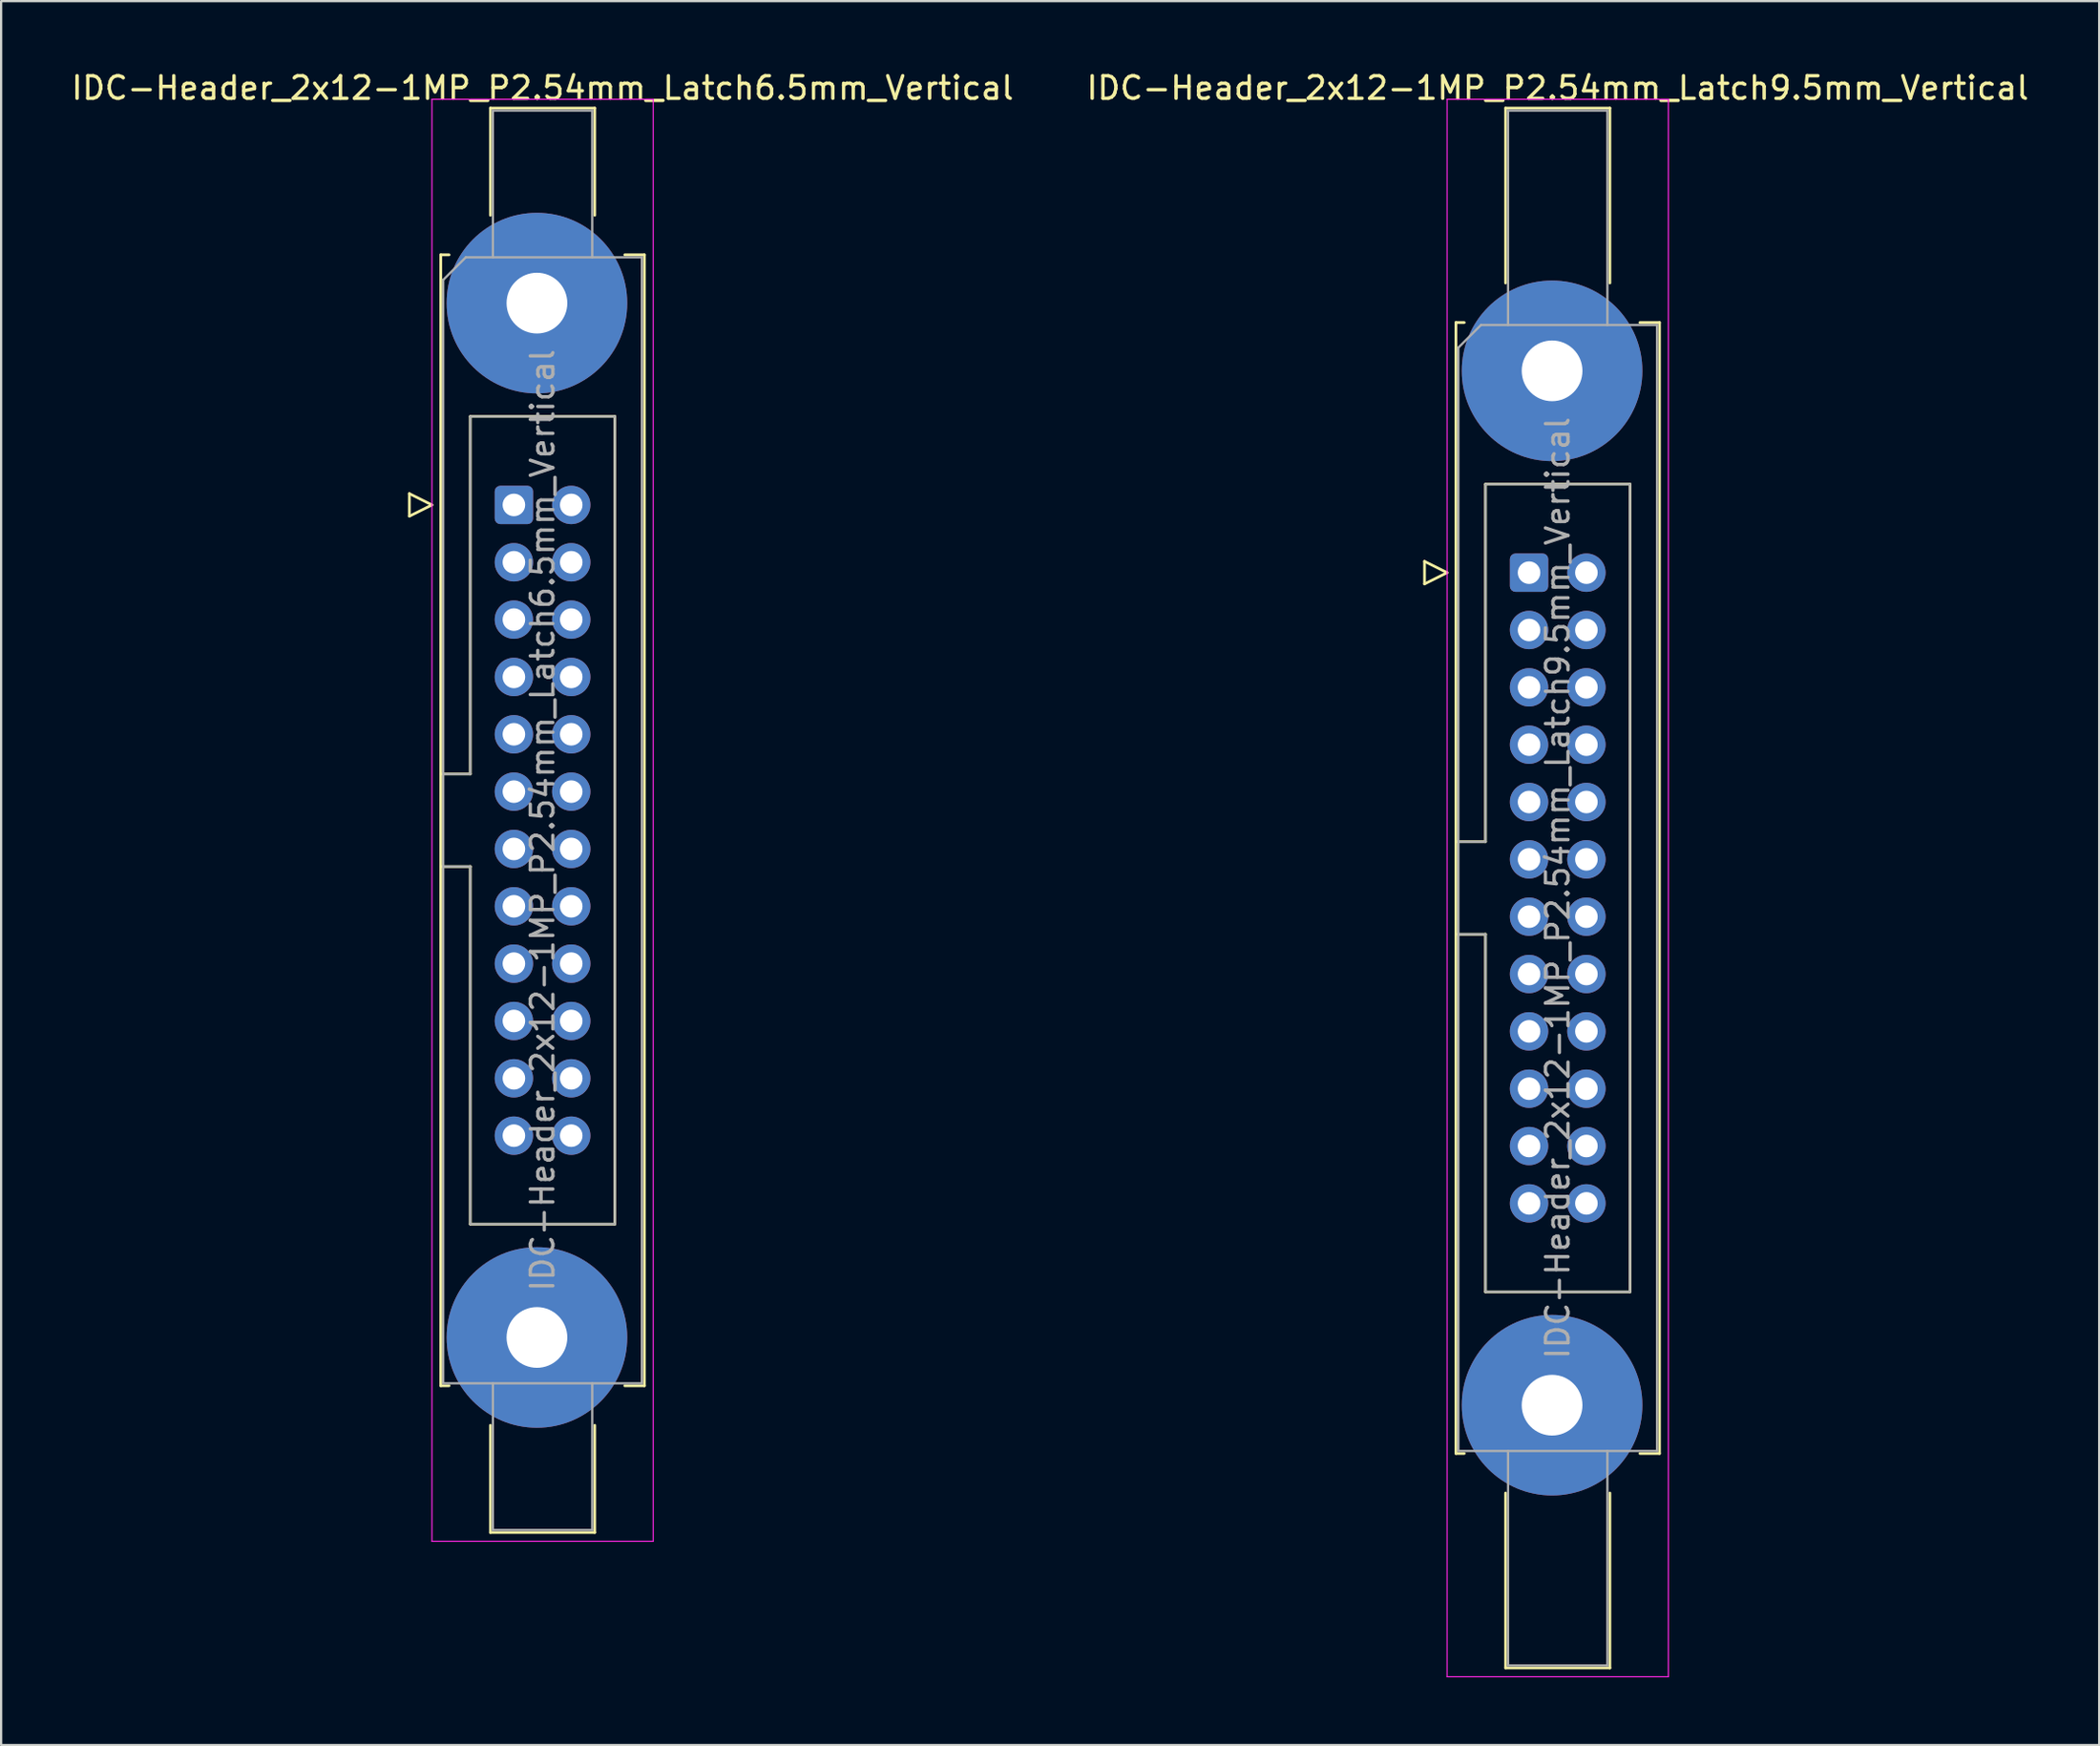
<source format=kicad_pcb>
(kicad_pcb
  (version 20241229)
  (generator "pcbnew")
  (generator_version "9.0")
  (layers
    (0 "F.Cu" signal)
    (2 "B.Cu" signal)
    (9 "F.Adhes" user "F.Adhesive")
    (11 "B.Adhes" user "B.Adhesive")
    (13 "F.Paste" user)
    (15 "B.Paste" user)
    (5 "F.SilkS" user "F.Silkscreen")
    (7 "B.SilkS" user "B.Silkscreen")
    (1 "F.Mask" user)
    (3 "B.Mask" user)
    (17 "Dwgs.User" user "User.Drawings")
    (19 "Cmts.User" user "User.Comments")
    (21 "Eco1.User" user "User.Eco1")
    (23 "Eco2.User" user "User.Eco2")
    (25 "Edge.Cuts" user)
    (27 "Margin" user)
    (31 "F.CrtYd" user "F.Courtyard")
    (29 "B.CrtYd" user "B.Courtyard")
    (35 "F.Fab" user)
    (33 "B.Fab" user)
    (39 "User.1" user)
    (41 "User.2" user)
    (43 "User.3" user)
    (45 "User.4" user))
  (footprint "IDC-Header_2x12-1MP_P2.54mm_Latch6.5mm_Vertical"
    (layer "F.Cu")
    (at 19.712 19.318)
    (property "Reference" "IDC-Header_2x12-1MP_P2.54mm_Latch6.5mm_Vertical" (at 1.27 -18.47 0) (layer "F.SilkS") (effects (font (size 1 1) (thickness 0.15))))
    (attr through_hole)
    (fp_line (start -4.63 -0.5) (end -4.63 0.5) (stroke (width 0.12) (type solid)) (layer "F.SilkS"))
    (fp_line (start -4.63 0.5) (end -3.63 0) (stroke (width 0.12) (type solid)) (layer "F.SilkS"))
    (fp_line (start -3.63 0) (end -4.63 -0.5) (stroke (width 0.12) (type solid)) (layer "F.SilkS"))
    (fp_line (start -3.24 -11.08) (end -3.24 39.02) (stroke (width 0.12) (type solid)) (layer "F.SilkS"))
    (fp_line (start -3.24 11.92) (end -1.93 11.92) (stroke (width 0.12) (type solid)) (layer "F.SilkS"))
    (fp_line (start -3.24 39.02) (end -2.87 39.02) (stroke (width 0.12) (type solid)) (layer "F.SilkS"))
    (fp_line (start -2.87 -11.08) (end -3.24 -11.08) (stroke (width 0.12) (type solid)) (layer "F.SilkS"))
    (fp_line (start -1.93 -3.92) (end 4.47 -3.92) (stroke (width 0.12) (type solid)) (layer "F.SilkS"))
    (fp_line (start -1.93 11.92) (end -1.93 -3.92) (stroke (width 0.12) (type solid)) (layer "F.SilkS"))
    (fp_line (start -1.93 16.02) (end -3.24 16.02) (stroke (width 0.12) (type solid)) (layer "F.SilkS"))
    (fp_line (start -1.93 16.02) (end -1.93 16.02) (stroke (width 0.12) (type solid)) (layer "F.SilkS"))
    (fp_line (start -1.93 31.86) (end -1.93 16.02) (stroke (width 0.12) (type solid)) (layer "F.SilkS"))
    (fp_line (start -1.04 -17.58) (end 3.58 -17.58) (stroke (width 0.12) (type solid)) (layer "F.SilkS"))
    (fp_line (start -1.04 -12.83) (end -1.04 -17.58) (stroke (width 0.12) (type solid)) (layer "F.SilkS"))
    (fp_line (start -1.04 40.77) (end -1.04 45.52) (stroke (width 0.12) (type solid)) (layer "F.SilkS"))
    (fp_line (start -1.04 45.52) (end 3.58 45.52) (stroke (width 0.12) (type solid)) (layer "F.SilkS"))
    (fp_line (start 3.58 -17.58) (end 3.58 -12.83) (stroke (width 0.12) (type solid)) (layer "F.SilkS"))
    (fp_line (start 3.58 45.52) (end 3.58 40.77) (stroke (width 0.12) (type solid)) (layer "F.SilkS"))
    (fp_line (start 4.47 -3.92) (end 4.47 31.86) (stroke (width 0.12) (type solid)) (layer "F.SilkS"))
    (fp_line (start 4.47 31.86) (end -1.93 31.86) (stroke (width 0.12) (type solid)) (layer "F.SilkS"))
    (fp_line (start 4.91 -11.08) (end 5.78 -11.08) (stroke (width 0.12) (type solid)) (layer "F.SilkS"))
    (fp_line (start 5.78 -11.08) (end 5.78 39.02) (stroke (width 0.12) (type solid)) (layer "F.SilkS"))
    (fp_line (start 5.78 39.02) (end 4.91 39.02) (stroke (width 0.12) (type solid)) (layer "F.SilkS"))
    (fp_line (start -3.63 -17.97) (end -3.63 45.91) (stroke (width 0.05) (type solid)) (layer "F.CrtYd"))
    (fp_line (start -3.63 45.91) (end 6.17 45.91) (stroke (width 0.05) (type solid)) (layer "F.CrtYd"))
    (fp_line (start 6.17 -17.97) (end -3.63 -17.97) (stroke (width 0.05) (type solid)) (layer "F.CrtYd"))
    (fp_line (start 6.17 45.91) (end 6.17 -17.97) (stroke (width 0.05) (type solid)) (layer "F.CrtYd"))
    (fp_line (start -3.13 -9.97) (end -2.13 -10.97) (stroke (width 0.1) (type solid)) (layer "F.Fab"))
    (fp_line (start -3.13 11.92) (end -1.93 11.92) (stroke (width 0.1) (type solid)) (layer "F.Fab"))
    (fp_line (start -3.13 38.91) (end -3.13 -9.97) (stroke (width 0.1) (type solid)) (layer "F.Fab"))
    (fp_line (start -2.13 -10.97) (end 5.67 -10.97) (stroke (width 0.1) (type solid)) (layer "F.Fab"))
    (fp_line (start -1.93 -3.92) (end 4.47 -3.92) (stroke (width 0.1) (type solid)) (layer "F.Fab"))
    (fp_line (start -1.93 11.92) (end -1.93 -3.92) (stroke (width 0.1) (type solid)) (layer "F.Fab"))
    (fp_line (start -1.93 16.02) (end -3.13 16.02) (stroke (width 0.1) (type solid)) (layer "F.Fab"))
    (fp_line (start -1.93 16.02) (end -1.93 16.02) (stroke (width 0.1) (type solid)) (layer "F.Fab"))
    (fp_line (start -1.93 31.86) (end -1.93 16.02) (stroke (width 0.1) (type solid)) (layer "F.Fab"))
    (fp_line (start -0.93 -17.47) (end 3.47 -17.47) (stroke (width 0.1) (type solid)) (layer "F.Fab"))
    (fp_line (start -0.93 -10.97) (end -0.93 -17.47) (stroke (width 0.1) (type solid)) (layer "F.Fab"))
    (fp_line (start -0.93 38.91) (end -0.93 45.41) (stroke (width 0.1) (type solid)) (layer "F.Fab"))
    (fp_line (start -0.93 45.41) (end 3.47 45.41) (stroke (width 0.1) (type solid)) (layer "F.Fab"))
    (fp_line (start 3.47 -17.47) (end 3.47 -10.97) (stroke (width 0.1) (type solid)) (layer "F.Fab"))
    (fp_line (start 3.47 45.41) (end 3.47 38.91) (stroke (width 0.1) (type solid)) (layer "F.Fab"))
    (fp_line (start 4.47 -3.92) (end 4.47 31.86) (stroke (width 0.1) (type solid)) (layer "F.Fab"))
    (fp_line (start 4.47 31.86) (end -1.93 31.86) (stroke (width 0.1) (type solid)) (layer "F.Fab"))
    (fp_line (start 5.67 -10.97) (end 5.67 38.91) (stroke (width 0.1) (type solid)) (layer "F.Fab"))
    (fp_line (start 5.67 38.91) (end -3.13 38.91) (stroke (width 0.1) (type solid)) (layer "F.Fab"))
    (fp_text user "${REFERENCE}" (at 1.27 13.97 90) (layer "F.Fab") (effects (font (size 1 1) (thickness 0.15))))
    (pad "1" thru_hole roundrect (at 0 0) (size 1.7 1.7) (drill 1) (layers "*.Cu" "*.Mask") (roundrect_rratio 0.147))
    (pad "2" thru_hole circle (at 2.54 0) (size 1.7 1.7) (drill 1) (layers "*.Cu" "*.Mask"))
    (pad "3" thru_hole circle (at 0 2.54) (size 1.7 1.7) (drill 1) (layers "*.Cu" "*.Mask"))
    (pad "4" thru_hole circle (at 2.54 2.54) (size 1.7 1.7) (drill 1) (layers "*.Cu" "*.Mask"))
    (pad "5" thru_hole circle (at 0 5.08) (size 1.7 1.7) (drill 1) (layers "*.Cu" "*.Mask"))
    (pad "6" thru_hole circle (at 2.54 5.08) (size 1.7 1.7) (drill 1) (layers "*.Cu" "*.Mask"))
    (pad "7" thru_hole circle (at 0 7.62) (size 1.7 1.7) (drill 1) (layers "*.Cu" "*.Mask"))
    (pad "8" thru_hole circle (at 2.54 7.62) (size 1.7 1.7) (drill 1) (layers "*.Cu" "*.Mask"))
    (pad "9" thru_hole circle (at 0 10.16) (size 1.7 1.7) (drill 1) (layers "*.Cu" "*.Mask"))
    (pad "10" thru_hole circle (at 2.54 10.16) (size 1.7 1.7) (drill 1) (layers "*.Cu" "*.Mask"))
    (pad "11" thru_hole circle (at 0 12.7) (size 1.7 1.7) (drill 1) (layers "*.Cu" "*.Mask"))
    (pad "12" thru_hole circle (at 2.54 12.7) (size 1.7 1.7) (drill 1) (layers "*.Cu" "*.Mask"))
    (pad "13" thru_hole circle (at 0 15.24) (size 1.7 1.7) (drill 1) (layers "*.Cu" "*.Mask"))
    (pad "14" thru_hole circle (at 2.54 15.24) (size 1.7 1.7) (drill 1) (layers "*.Cu" "*.Mask"))
    (pad "15" thru_hole circle (at 0 17.78) (size 1.7 1.7) (drill 1) (layers "*.Cu" "*.Mask"))
    (pad "16" thru_hole circle (at 2.54 17.78) (size 1.7 1.7) (drill 1) (layers "*.Cu" "*.Mask"))
    (pad "17" thru_hole circle (at 0 20.32) (size 1.7 1.7) (drill 1) (layers "*.Cu" "*.Mask"))
    (pad "18" thru_hole circle (at 2.54 20.32) (size 1.7 1.7) (drill 1) (layers "*.Cu" "*.Mask"))
    (pad "19" thru_hole circle (at 0 22.86) (size 1.7 1.7) (drill 1) (layers "*.Cu" "*.Mask"))
    (pad "20" thru_hole circle (at 2.54 22.86) (size 1.7 1.7) (drill 1) (layers "*.Cu" "*.Mask"))
    (pad "21" thru_hole circle (at 0 25.4) (size 1.7 1.7) (drill 1) (layers "*.Cu" "*.Mask"))
    (pad "22" thru_hole circle (at 2.54 25.4) (size 1.7 1.7) (drill 1) (layers "*.Cu" "*.Mask"))
    (pad "23" thru_hole circle (at 0 27.94) (size 1.7 1.7) (drill 1) (layers "*.Cu" "*.Mask"))
    (pad "24" thru_hole circle (at 2.54 27.94) (size 1.7 1.7) (drill 1) (layers "*.Cu" "*.Mask"))
    (pad "MP" thru_hole circle (at 1.02 -8.94) (size 8 8) (drill 2.69) (layers "*.Cu" "*.Mask"))
    (pad "MP" thru_hole circle (at 1.02 36.88) (size 8 8) (drill 2.69) (layers "*.Cu" "*.Mask")))
  (footprint "IDC-Header_2x12-1MP_P2.54mm_Latch9.5mm_Vertical"
    (layer "F.Cu")
    (at 64.676 22.318)
    (property "Reference" "IDC-Header_2x12-1MP_P2.54mm_Latch9.5mm_Vertical" (at 1.27 -21.47 0) (layer "F.SilkS") (effects (font (size 1 1) (thickness 0.15))))
    (attr through_hole)
    (fp_line (start -4.63 -0.5) (end -4.63 0.5) (stroke (width 0.12) (type solid)) (layer "F.SilkS"))
    (fp_line (start -4.63 0.5) (end -3.63 0) (stroke (width 0.12) (type solid)) (layer "F.SilkS"))
    (fp_line (start -3.63 0) (end -4.63 -0.5) (stroke (width 0.12) (type solid)) (layer "F.SilkS"))
    (fp_line (start -3.24 -11.08) (end -3.24 39.02) (stroke (width 0.12) (type solid)) (layer "F.SilkS"))
    (fp_line (start -3.24 11.92) (end -1.93 11.92) (stroke (width 0.12) (type solid)) (layer "F.SilkS"))
    (fp_line (start -3.24 39.02) (end -2.87 39.02) (stroke (width 0.12) (type solid)) (layer "F.SilkS"))
    (fp_line (start -2.87 -11.08) (end -3.24 -11.08) (stroke (width 0.12) (type solid)) (layer "F.SilkS"))
    (fp_line (start -1.93 -3.92) (end 4.47 -3.92) (stroke (width 0.12) (type solid)) (layer "F.SilkS"))
    (fp_line (start -1.93 11.92) (end -1.93 -3.92) (stroke (width 0.12) (type solid)) (layer "F.SilkS"))
    (fp_line (start -1.93 16.02) (end -3.24 16.02) (stroke (width 0.12) (type solid)) (layer "F.SilkS"))
    (fp_line (start -1.93 16.02) (end -1.93 16.02) (stroke (width 0.12) (type solid)) (layer "F.SilkS"))
    (fp_line (start -1.93 31.86) (end -1.93 16.02) (stroke (width 0.12) (type solid)) (layer "F.SilkS"))
    (fp_line (start -1.04 -20.58) (end 3.58 -20.58) (stroke (width 0.12) (type solid)) (layer "F.SilkS"))
    (fp_line (start -1.04 -12.83) (end -1.04 -20.58) (stroke (width 0.12) (type solid)) (layer "F.SilkS"))
    (fp_line (start -1.04 40.77) (end -1.04 48.52) (stroke (width 0.12) (type solid)) (layer "F.SilkS"))
    (fp_line (start -1.04 48.52) (end 3.58 48.52) (stroke (width 0.12) (type solid)) (layer "F.SilkS"))
    (fp_line (start 3.58 -20.58) (end 3.58 -12.83) (stroke (width 0.12) (type solid)) (layer "F.SilkS"))
    (fp_line (start 3.58 48.52) (end 3.58 40.77) (stroke (width 0.12) (type solid)) (layer "F.SilkS"))
    (fp_line (start 4.47 -3.92) (end 4.47 31.86) (stroke (width 0.12) (type solid)) (layer "F.SilkS"))
    (fp_line (start 4.47 31.86) (end -1.93 31.86) (stroke (width 0.12) (type solid)) (layer "F.SilkS"))
    (fp_line (start 4.91 -11.08) (end 5.78 -11.08) (stroke (width 0.12) (type solid)) (layer "F.SilkS"))
    (fp_line (start 5.78 -11.08) (end 5.78 39.02) (stroke (width 0.12) (type solid)) (layer "F.SilkS"))
    (fp_line (start 5.78 39.02) (end 4.91 39.02) (stroke (width 0.12) (type solid)) (layer "F.SilkS"))
    (fp_line (start -3.63 -20.97) (end -3.63 48.91) (stroke (width 0.05) (type solid)) (layer "F.CrtYd"))
    (fp_line (start -3.63 48.91) (end 6.17 48.91) (stroke (width 0.05) (type solid)) (layer "F.CrtYd"))
    (fp_line (start 6.17 -20.97) (end -3.63 -20.97) (stroke (width 0.05) (type solid)) (layer "F.CrtYd"))
    (fp_line (start 6.17 48.91) (end 6.17 -20.97) (stroke (width 0.05) (type solid)) (layer "F.CrtYd"))
    (fp_line (start -3.13 -9.97) (end -2.13 -10.97) (stroke (width 0.1) (type solid)) (layer "F.Fab"))
    (fp_line (start -3.13 11.92) (end -1.93 11.92) (stroke (width 0.1) (type solid)) (layer "F.Fab"))
    (fp_line (start -3.13 38.91) (end -3.13 -9.97) (stroke (width 0.1) (type solid)) (layer "F.Fab"))
    (fp_line (start -2.13 -10.97) (end 5.67 -10.97) (stroke (width 0.1) (type solid)) (layer "F.Fab"))
    (fp_line (start -1.93 -3.92) (end 4.47 -3.92) (stroke (width 0.1) (type solid)) (layer "F.Fab"))
    (fp_line (start -1.93 11.92) (end -1.93 -3.92) (stroke (width 0.1) (type solid)) (layer "F.Fab"))
    (fp_line (start -1.93 16.02) (end -3.13 16.02) (stroke (width 0.1) (type solid)) (layer "F.Fab"))
    (fp_line (start -1.93 16.02) (end -1.93 16.02) (stroke (width 0.1) (type solid)) (layer "F.Fab"))
    (fp_line (start -1.93 31.86) (end -1.93 16.02) (stroke (width 0.1) (type solid)) (layer "F.Fab"))
    (fp_line (start -0.93 -20.47) (end 3.47 -20.47) (stroke (width 0.1) (type solid)) (layer "F.Fab"))
    (fp_line (start -0.93 -10.97) (end -0.93 -20.47) (stroke (width 0.1) (type solid)) (layer "F.Fab"))
    (fp_line (start -0.93 38.91) (end -0.93 48.41) (stroke (width 0.1) (type solid)) (layer "F.Fab"))
    (fp_line (start -0.93 48.41) (end 3.47 48.41) (stroke (width 0.1) (type solid)) (layer "F.Fab"))
    (fp_line (start 3.47 -20.47) (end 3.47 -10.97) (stroke (width 0.1) (type solid)) (layer "F.Fab"))
    (fp_line (start 3.47 48.41) (end 3.47 38.91) (stroke (width 0.1) (type solid)) (layer "F.Fab"))
    (fp_line (start 4.47 -3.92) (end 4.47 31.86) (stroke (width 0.1) (type solid)) (layer "F.Fab"))
    (fp_line (start 4.47 31.86) (end -1.93 31.86) (stroke (width 0.1) (type solid)) (layer "F.Fab"))
    (fp_line (start 5.67 -10.97) (end 5.67 38.91) (stroke (width 0.1) (type solid)) (layer "F.Fab"))
    (fp_line (start 5.67 38.91) (end -3.13 38.91) (stroke (width 0.1) (type solid)) (layer "F.Fab"))
    (fp_text user "${REFERENCE}" (at 1.27 13.97 90) (layer "F.Fab") (effects (font (size 1 1) (thickness 0.15))))
    (pad "1" thru_hole roundrect (at 0 0) (size 1.7 1.7) (drill 1) (layers "*.Cu" "*.Mask") (roundrect_rratio 0.147))
    (pad "2" thru_hole circle (at 2.54 0) (size 1.7 1.7) (drill 1) (layers "*.Cu" "*.Mask"))
    (pad "3" thru_hole circle (at 0 2.54) (size 1.7 1.7) (drill 1) (layers "*.Cu" "*.Mask"))
    (pad "4" thru_hole circle (at 2.54 2.54) (size 1.7 1.7) (drill 1) (layers "*.Cu" "*.Mask"))
    (pad "5" thru_hole circle (at 0 5.08) (size 1.7 1.7) (drill 1) (layers "*.Cu" "*.Mask"))
    (pad "6" thru_hole circle (at 2.54 5.08) (size 1.7 1.7) (drill 1) (layers "*.Cu" "*.Mask"))
    (pad "7" thru_hole circle (at 0 7.62) (size 1.7 1.7) (drill 1) (layers "*.Cu" "*.Mask"))
    (pad "8" thru_hole circle (at 2.54 7.62) (size 1.7 1.7) (drill 1) (layers "*.Cu" "*.Mask"))
    (pad "9" thru_hole circle (at 0 10.16) (size 1.7 1.7) (drill 1) (layers "*.Cu" "*.Mask"))
    (pad "10" thru_hole circle (at 2.54 10.16) (size 1.7 1.7) (drill 1) (layers "*.Cu" "*.Mask"))
    (pad "11" thru_hole circle (at 0 12.7) (size 1.7 1.7) (drill 1) (layers "*.Cu" "*.Mask"))
    (pad "12" thru_hole circle (at 2.54 12.7) (size 1.7 1.7) (drill 1) (layers "*.Cu" "*.Mask"))
    (pad "13" thru_hole circle (at 0 15.24) (size 1.7 1.7) (drill 1) (layers "*.Cu" "*.Mask"))
    (pad "14" thru_hole circle (at 2.54 15.24) (size 1.7 1.7) (drill 1) (layers "*.Cu" "*.Mask"))
    (pad "15" thru_hole circle (at 0 17.78) (size 1.7 1.7) (drill 1) (layers "*.Cu" "*.Mask"))
    (pad "16" thru_hole circle (at 2.54 17.78) (size 1.7 1.7) (drill 1) (layers "*.Cu" "*.Mask"))
    (pad "17" thru_hole circle (at 0 20.32) (size 1.7 1.7) (drill 1) (layers "*.Cu" "*.Mask"))
    (pad "18" thru_hole circle (at 2.54 20.32) (size 1.7 1.7) (drill 1) (layers "*.Cu" "*.Mask"))
    (pad "19" thru_hole circle (at 0 22.86) (size 1.7 1.7) (drill 1) (layers "*.Cu" "*.Mask"))
    (pad "20" thru_hole circle (at 2.54 22.86) (size 1.7 1.7) (drill 1) (layers "*.Cu" "*.Mask"))
    (pad "21" thru_hole circle (at 0 25.4) (size 1.7 1.7) (drill 1) (layers "*.Cu" "*.Mask"))
    (pad "22" thru_hole circle (at 2.54 25.4) (size 1.7 1.7) (drill 1) (layers "*.Cu" "*.Mask"))
    (pad "23" thru_hole circle (at 0 27.94) (size 1.7 1.7) (drill 1) (layers "*.Cu" "*.Mask"))
    (pad "24" thru_hole circle (at 2.54 27.94) (size 1.7 1.7) (drill 1) (layers "*.Cu" "*.Mask"))
    (pad "MP" thru_hole circle (at 1.02 -8.94) (size 8 8) (drill 2.69) (layers "*.Cu" "*.Mask"))
    (pad "MP" thru_hole circle (at 1.02 36.88) (size 8 8) (drill 2.69) (layers "*.Cu" "*.Mask")))
  (gr_rect
    (start -3 -3)
    (end 89.929 74.253)
    (stroke (width 0.1) (type default))
    (fill no)
    (layer "Edge.Cuts")))
</source>
